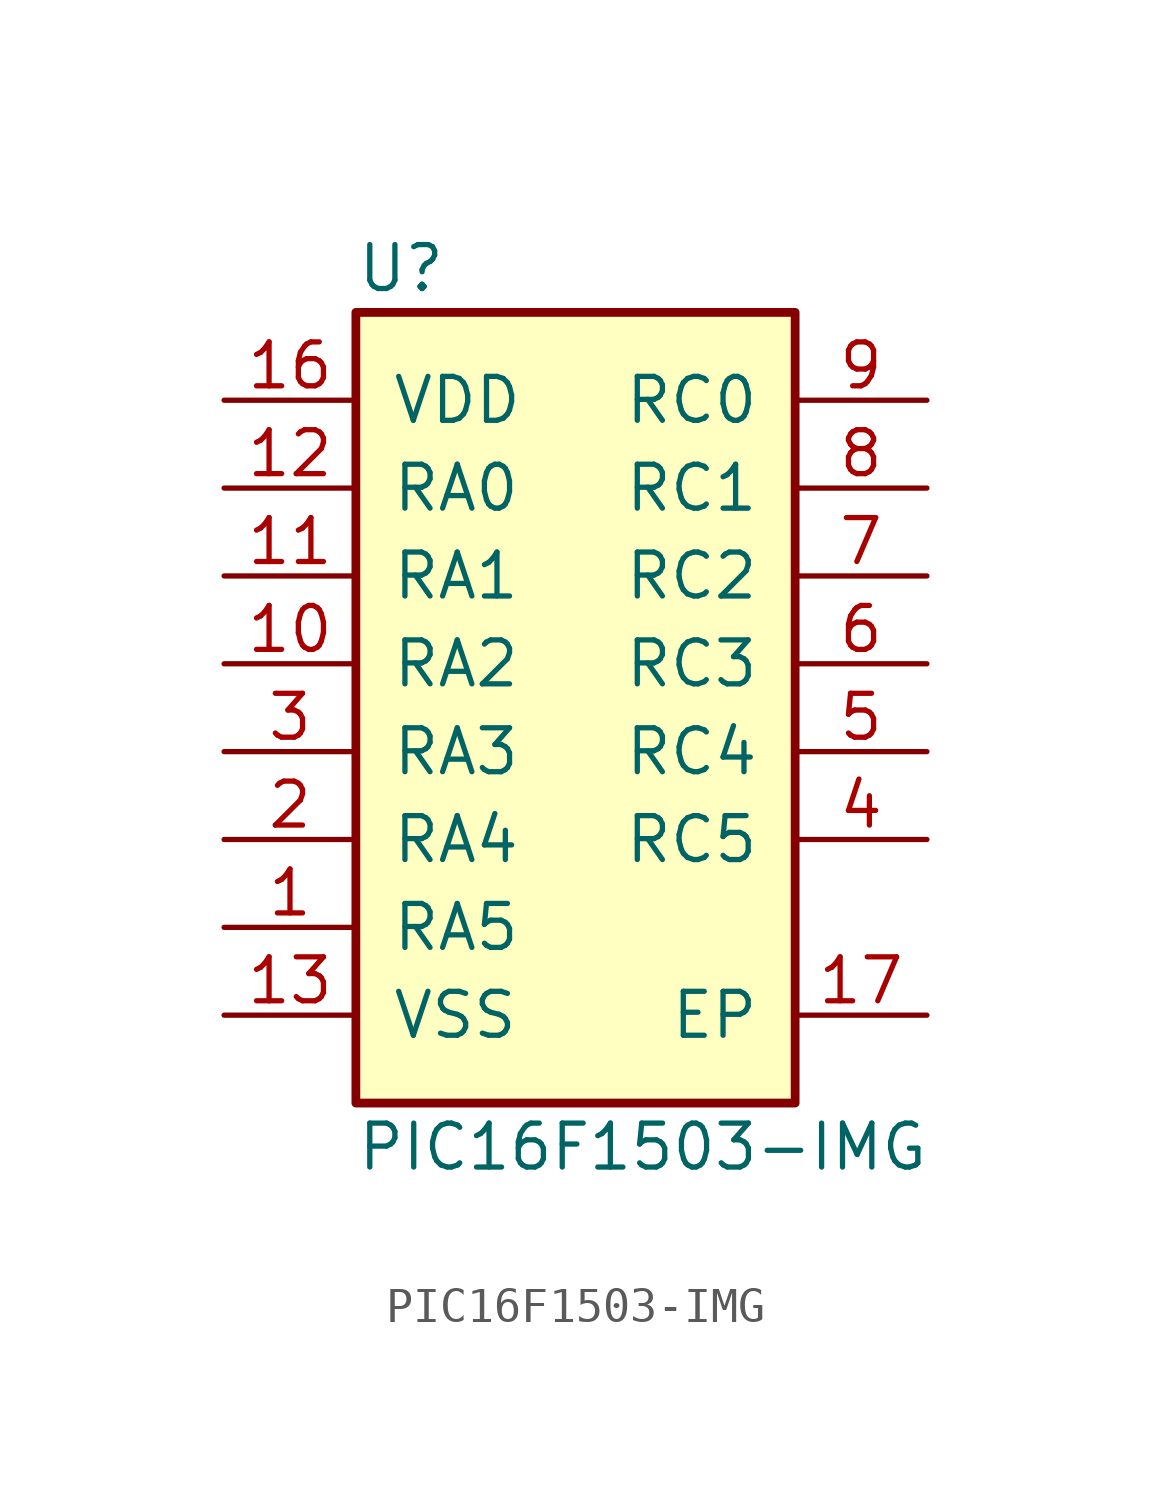
<source format=kicad_sym>
(kicad_symbol_lib
  (version 20211014)
  (generator kicad_symbol_editor)
  (symbol "PIC16F1503-IMG"
    (pin_names
      (offset 1.016))
    (property "Reference" "U"
      (at -6.35 15.24 0)
      (effects (font (size 1.27 1.27)) (justify left)))
    (property "Value" "PIC16F1503-IMG"
      (at -6.35 -10.16 0)
      (effects (font (size 1.27 1.27)) (justify left)))
    (symbol "PIC16F1503-IMG_0_1"
      (rectangle (start -6.35 13.97) (end 6.35 -8.89) (stroke (width 0.254) (type default) (color 0 0 0 0)) (fill (type background))))
    (symbol "PIC16F1503-IMG_1_1"
      (pin bidirectional line (at -10.16 -3.81 0) (length 3.81) (name "RA5" (effects (font (size 1.27 1.27)))) (number "1" (effects (font (size 1.27 1.27)))))
      (pin bidirectional line (at -10.16 3.81 0) (length 3.81) (name "RA2" (effects (font (size 1.27 1.27)))) (number "10" (effects (font (size 1.27 1.27)))))
      (pin bidirectional line (at -10.16 6.35 0) (length 3.81) (name "RA1" (effects (font (size 1.27 1.27)))) (number "11" (effects (font (size 1.27 1.27)))))
      (pin bidirectional line (at -10.16 8.89 0) (length 3.81) (name "RA0" (effects (font (size 1.27 1.27)))) (number "12" (effects (font (size 1.27 1.27)))))
      (pin power_in line (at -10.16 -6.35 0) (length 3.81) (name "VSS" (effects (font (size 1.27 1.27)))) (number "13" (effects (font (size 1.27 1.27)))))
      (pin power_in line (at -10.16 11.43 0) (length 3.81) (name "VDD" (effects (font (size 1.27 1.27)))) (number "16" (effects (font (size 1.27 1.27)))))
      (pin passive line (at 10.16 -6.35 180) (length 3.81) (name "EP" (effects (font (size 1.27 1.27)))) (number "17" (effects (font (size 1.27 1.27)))))
      (pin bidirectional line (at -10.16 -1.27 0) (length 3.81) (name "RA4" (effects (font (size 1.27 1.27)))) (number "2" (effects (font (size 1.27 1.27)))))
      (pin input line (at -10.16 1.27 0) (length 3.81) (name "RA3" (effects (font (size 1.27 1.27)))) (number "3" (effects (font (size 1.27 1.27)))))
      (pin bidirectional line (at 10.16 -1.27 180) (length 3.81) (name "RC5" (effects (font (size 1.27 1.27)))) (number "4" (effects (font (size 1.27 1.27)))))
      (pin bidirectional line (at 10.16 1.27 180) (length 3.81) (name "RC4" (effects (font (size 1.27 1.27)))) (number "5" (effects (font (size 1.27 1.27)))))
      (pin bidirectional line (at 10.16 3.81 180) (length 3.81) (name "RC3" (effects (font (size 1.27 1.27)))) (number "6" (effects (font (size 1.27 1.27)))))
      (pin bidirectional line (at 10.16 6.35 180) (length 3.81) (name "RC2" (effects (font (size 1.27 1.27)))) (number "7" (effects (font (size 1.27 1.27)))))
      (pin bidirectional line (at 10.16 8.89 180) (length 3.81) (name "RC1" (effects (font (size 1.27 1.27)))) (number "8" (effects (font (size 1.27 1.27)))))
      (pin bidirectional line (at 10.16 11.43 180) (length 3.81) (name "RC0" (effects (font (size 1.27 1.27)))) (number "9" (effects (font (size 1.27 1.27))))))))
</source>
